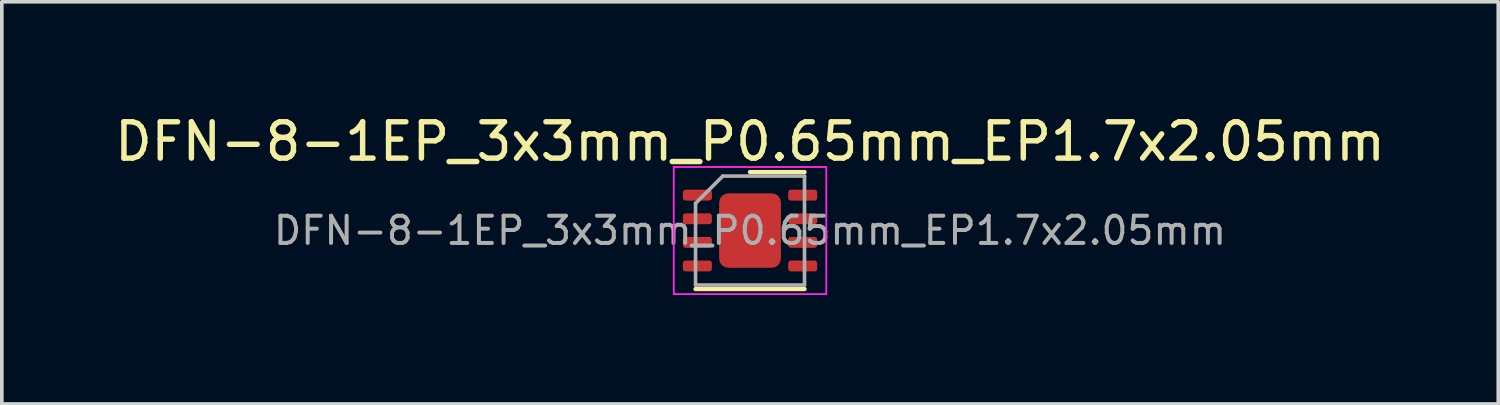
<source format=kicad_pcb>
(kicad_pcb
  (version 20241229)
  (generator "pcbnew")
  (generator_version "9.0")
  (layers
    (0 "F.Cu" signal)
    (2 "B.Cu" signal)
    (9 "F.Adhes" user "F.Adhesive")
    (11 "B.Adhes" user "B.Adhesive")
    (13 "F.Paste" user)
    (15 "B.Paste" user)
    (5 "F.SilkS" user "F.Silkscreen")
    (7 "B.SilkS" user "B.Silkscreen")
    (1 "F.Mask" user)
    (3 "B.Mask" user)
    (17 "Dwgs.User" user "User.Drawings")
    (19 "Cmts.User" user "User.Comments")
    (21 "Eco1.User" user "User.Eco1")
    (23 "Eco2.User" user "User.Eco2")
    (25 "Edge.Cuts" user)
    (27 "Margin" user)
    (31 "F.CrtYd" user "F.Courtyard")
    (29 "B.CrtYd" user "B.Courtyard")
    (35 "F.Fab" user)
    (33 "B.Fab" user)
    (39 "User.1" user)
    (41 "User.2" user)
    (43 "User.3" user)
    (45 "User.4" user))
  (footprint "DFN-8-1EP_3x3mm_P0.65mm_EP1.7x2.05mm"
    (layer "F.Cu")
    (at 17.601 3.298)
    (property "Reference" "DFN-8-1EP_3x3mm_P0.65mm_EP1.7x2.05mm" (at 0 -2.45 0) (layer "F.SilkS") (effects (font (size 1 1) (thickness 0.15))))
    (attr smd)
    (fp_line (start -1.5 1.61) (end 1.5 1.61) (stroke (width 0.12) (type solid)) (layer "F.SilkS"))
    (fp_line (start 0 -1.61) (end 1.5 -1.61) (stroke (width 0.12) (type solid)) (layer "F.SilkS"))
    (fp_line (start -2.1 -1.75) (end -2.1 1.75) (stroke (width 0.05) (type solid)) (layer "F.CrtYd"))
    (fp_line (start -2.1 1.75) (end 2.1 1.75) (stroke (width 0.05) (type solid)) (layer "F.CrtYd"))
    (fp_line (start 2.1 -1.75) (end -2.1 -1.75) (stroke (width 0.05) (type solid)) (layer "F.CrtYd"))
    (fp_line (start 2.1 1.75) (end 2.1 -1.75) (stroke (width 0.05) (type solid)) (layer "F.CrtYd"))
    (fp_line (start -1.5 -0.75) (end -0.75 -1.5) (stroke (width 0.1) (type solid)) (layer "F.Fab"))
    (fp_line (start -1.5 1.5) (end -1.5 -0.75) (stroke (width 0.1) (type solid)) (layer "F.Fab"))
    (fp_line (start -0.75 -1.5) (end 1.5 -1.5) (stroke (width 0.1) (type solid)) (layer "F.Fab"))
    (fp_line (start 1.5 -1.5) (end 1.5 1.5) (stroke (width 0.1) (type solid)) (layer "F.Fab"))
    (fp_line (start 1.5 1.5) (end -1.5 1.5) (stroke (width 0.1) (type solid)) (layer "F.Fab"))
    (fp_text user "${REFERENCE}" (at 0 0 0) (layer "F.Fab") (effects (font (size 0.75 0.75) (thickness 0.11))))
    (pad "" smd roundrect (at -0.425 -0.51) (size 0.69 0.83) (layers "F.Paste") (roundrect_rratio 0.25))
    (pad "" smd roundrect (at -0.425 0.51) (size 0.69 0.83) (layers "F.Paste") (roundrect_rratio 0.25))
    (pad "" smd roundrect (at 0.425 -0.51) (size 0.69 0.83) (layers "F.Paste") (roundrect_rratio 0.25))
    (pad "" smd roundrect (at 0.425 0.51) (size 0.69 0.83) (layers "F.Paste") (roundrect_rratio 0.25))
    (pad "1" smd roundrect (at -1.45 -0.975) (size 0.8 0.3) (layers "F.Cu" "F.Mask" "F.Paste") (roundrect_rratio 0.25))
    (pad "2" smd roundrect (at -1.45 -0.325) (size 0.8 0.3) (layers "F.Cu" "F.Mask" "F.Paste") (roundrect_rratio 0.25))
    (pad "3" smd roundrect (at -1.45 0.325) (size 0.8 0.3) (layers "F.Cu" "F.Mask" "F.Paste") (roundrect_rratio 0.25))
    (pad "4" smd roundrect (at -1.45 0.975) (size 0.8 0.3) (layers "F.Cu" "F.Mask" "F.Paste") (roundrect_rratio 0.25))
    (pad "5" smd roundrect (at 1.45 0.975) (size 0.8 0.3) (layers "F.Cu" "F.Mask" "F.Paste") (roundrect_rratio 0.25))
    (pad "6" smd roundrect (at 1.45 0.325) (size 0.8 0.3) (layers "F.Cu" "F.Mask" "F.Paste") (roundrect_rratio 0.25))
    (pad "7" smd roundrect (at 1.45 -0.325) (size 0.8 0.3) (layers "F.Cu" "F.Mask" "F.Paste") (roundrect_rratio 0.25))
    (pad "8" smd roundrect (at 1.45 -0.975) (size 0.8 0.3) (layers "F.Cu" "F.Mask" "F.Paste") (roundrect_rratio 0.25))
    (pad "9" smd roundrect (at 0 0) (size 1.7 2.05) (layers "F.Cu" "F.Mask") (roundrect_rratio 0.147)))
  (gr_rect
    (start -3 -3)
    (end 38.202 8.073)
    (stroke (width 0.1) (type default))
    (fill no)
    (layer "Edge.Cuts")))
</source>
